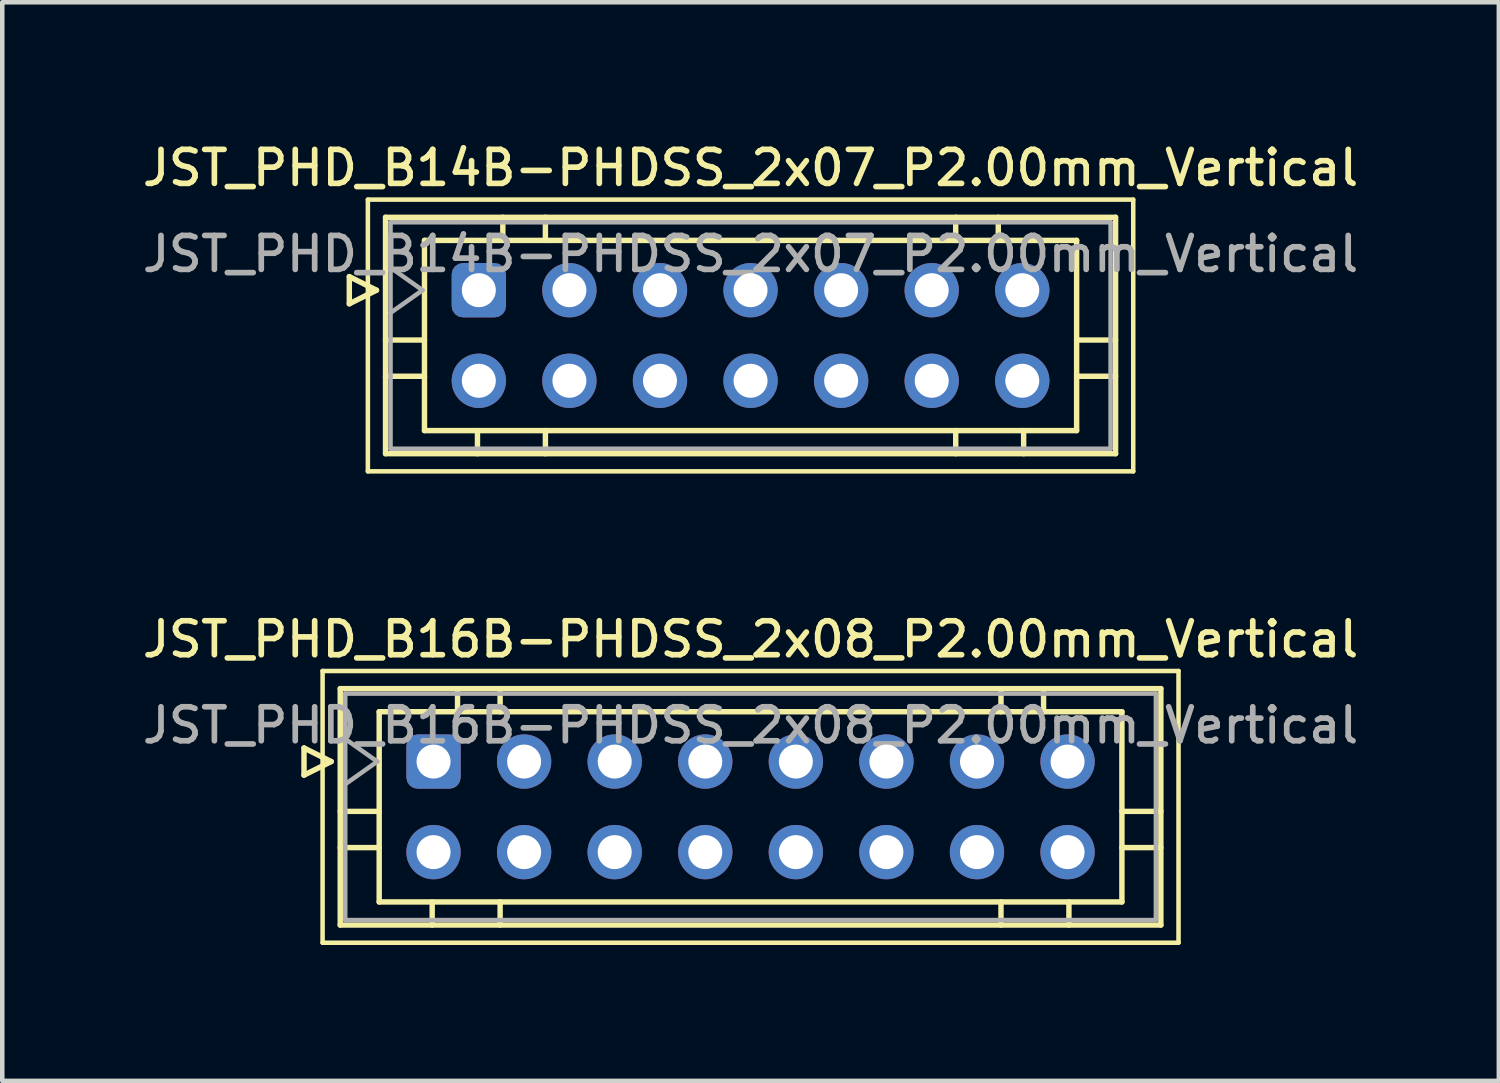
<source format=kicad_pcb>
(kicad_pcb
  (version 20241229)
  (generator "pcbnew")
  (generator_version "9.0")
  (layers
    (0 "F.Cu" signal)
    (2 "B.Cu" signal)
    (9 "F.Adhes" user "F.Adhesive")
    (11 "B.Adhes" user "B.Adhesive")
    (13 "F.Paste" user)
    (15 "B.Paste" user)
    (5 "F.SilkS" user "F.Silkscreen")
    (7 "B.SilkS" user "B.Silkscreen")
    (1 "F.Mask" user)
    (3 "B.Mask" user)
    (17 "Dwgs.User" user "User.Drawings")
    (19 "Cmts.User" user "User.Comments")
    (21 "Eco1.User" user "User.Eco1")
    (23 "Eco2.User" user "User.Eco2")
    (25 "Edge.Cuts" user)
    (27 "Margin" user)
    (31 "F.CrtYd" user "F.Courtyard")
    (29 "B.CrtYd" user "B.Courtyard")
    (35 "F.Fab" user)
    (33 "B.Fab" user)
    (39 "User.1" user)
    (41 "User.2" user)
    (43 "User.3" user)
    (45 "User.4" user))
  (footprint "JST_PHD_B16B-PHDSS_2x08_P2.00mm_Vertical"
    (layer "F.Cu")
    (at 6.523 13.766)
    (property "Reference" "JST_PHD_B16B-PHDSS_2x08_P2.00mm_Vertical" (at 7 -2.7 0) (layer "F.SilkS") (effects (font (size 0.75 0.75) (thickness 0.125))))
    (attr through_hole)
    (fp_line (start -2.86 -0.3) (end -2.26 0) (stroke (width 0.12) (type solid)) (layer "F.SilkS"))
    (fp_line (start -2.86 0.3) (end -2.86 -0.3) (stroke (width 0.12) (type solid)) (layer "F.SilkS"))
    (fp_line (start -2.45 -2) (end -2.45 4) (stroke (width 0.1) (type solid)) (layer "F.SilkS"))
    (fp_line (start -2.45 4) (end 16.45 4) (stroke (width 0.1) (type solid)) (layer "F.SilkS"))
    (fp_line (start -2.26 0) (end -2.86 0.3) (stroke (width 0.12) (type solid)) (layer "F.SilkS"))
    (fp_line (start -2.06 -1.61) (end -2.06 3.61) (stroke (width 0.12) (type solid)) (layer "F.SilkS"))
    (fp_line (start -2.06 1.1) (end -1.2 1.1) (stroke (width 0.12) (type solid)) (layer "F.SilkS"))
    (fp_line (start -2.06 1.9) (end -1.2 1.9) (stroke (width 0.12) (type solid)) (layer "F.SilkS"))
    (fp_line (start -2.06 3.61) (end 16.06 3.61) (stroke (width 0.12) (type solid)) (layer "F.SilkS"))
    (fp_line (start -1.2 -1.1) (end -1.2 3.1) (stroke (width 0.12) (type solid)) (layer "F.SilkS"))
    (fp_line (start -1.2 3.1) (end 15.2 3.1) (stroke (width 0.12) (type solid)) (layer "F.SilkS"))
    (fp_line (start -0.03 3.61) (end -0.03 3.1) (stroke (width 0.12) (type solid)) (layer "F.SilkS"))
    (fp_line (start 0.53 -1.61) (end 0.53 -1.1) (stroke (width 0.12) (type solid)) (layer "F.SilkS"))
    (fp_line (start 1.47 -1.61) (end 1.47 -1.1) (stroke (width 0.12) (type solid)) (layer "F.SilkS"))
    (fp_line (start 1.47 3.61) (end 1.47 3.1) (stroke (width 0.12) (type solid)) (layer "F.SilkS"))
    (fp_line (start 12.53 -1.61) (end 12.53 -1.1) (stroke (width 0.12) (type solid)) (layer "F.SilkS"))
    (fp_line (start 12.53 3.61) (end 12.53 3.1) (stroke (width 0.12) (type solid)) (layer "F.SilkS"))
    (fp_line (start 13.47 -1.61) (end 13.47 -1.1) (stroke (width 0.12) (type solid)) (layer "F.SilkS"))
    (fp_line (start 14.03 3.61) (end 14.03 3.1) (stroke (width 0.12) (type solid)) (layer "F.SilkS"))
    (fp_line (start 15.2 -1.1) (end -1.2 -1.1) (stroke (width 0.12) (type solid)) (layer "F.SilkS"))
    (fp_line (start 15.2 3.1) (end 15.2 -1.1) (stroke (width 0.12) (type solid)) (layer "F.SilkS"))
    (fp_line (start 16.06 -1.61) (end -2.06 -1.61) (stroke (width 0.12) (type solid)) (layer "F.SilkS"))
    (fp_line (start 16.06 1.1) (end 15.2 1.1) (stroke (width 0.12) (type solid)) (layer "F.SilkS"))
    (fp_line (start 16.06 1.9) (end 15.2 1.9) (stroke (width 0.12) (type solid)) (layer "F.SilkS"))
    (fp_line (start 16.06 3.61) (end 16.06 -1.61) (stroke (width 0.12) (type solid)) (layer "F.SilkS"))
    (fp_line (start 16.45 -2) (end -2.45 -2) (stroke (width 0.1) (type solid)) (layer "F.SilkS"))
    (fp_line (start 16.45 4) (end 16.45 -2) (stroke (width 0.1) (type solid)) (layer "F.SilkS"))
    (fp_line (start -1.95 -1.5) (end -1.95 3.5) (stroke (width 0.1) (type solid)) (layer "F.Fab"))
    (fp_line (start -1.95 0.5) (end -1.243 0) (stroke (width 0.1) (type solid)) (layer "F.Fab"))
    (fp_line (start -1.95 3.5) (end 15.95 3.5) (stroke (width 0.1) (type solid)) (layer "F.Fab"))
    (fp_line (start -1.243 0) (end -1.95 -0.5) (stroke (width 0.1) (type solid)) (layer "F.Fab"))
    (fp_line (start 15.95 -1.5) (end -1.95 -1.5) (stroke (width 0.1) (type solid)) (layer "F.Fab"))
    (fp_line (start 15.95 3.5) (end 15.95 -1.5) (stroke (width 0.1) (type solid)) (layer "F.Fab"))
    (fp_text user "${REFERENCE}" (at 7 -0.8 0) (layer "F.Fab") (effects (font (size 0.75 0.75) (thickness 0.125))))
    (pad "1" thru_hole roundrect (at 0 0) (size 1.2 1.2) (drill 0.75) (layers "*.Cu" "*.Mask") (roundrect_rratio 0.208))
    (pad "2" thru_hole circle (at 0 2) (size 1.2 1.2) (drill 0.75) (layers "*.Cu" "*.Mask"))
    (pad "3" thru_hole circle (at 2 0) (size 1.2 1.2) (drill 0.75) (layers "*.Cu" "*.Mask"))
    (pad "4" thru_hole circle (at 2 2) (size 1.2 1.2) (drill 0.75) (layers "*.Cu" "*.Mask"))
    (pad "5" thru_hole circle (at 4 0) (size 1.2 1.2) (drill 0.75) (layers "*.Cu" "*.Mask"))
    (pad "6" thru_hole circle (at 4 2) (size 1.2 1.2) (drill 0.75) (layers "*.Cu" "*.Mask"))
    (pad "7" thru_hole circle (at 6 0) (size 1.2 1.2) (drill 0.75) (layers "*.Cu" "*.Mask"))
    (pad "8" thru_hole circle (at 6 2) (size 1.2 1.2) (drill 0.75) (layers "*.Cu" "*.Mask"))
    (pad "9" thru_hole circle (at 8 0) (size 1.2 1.2) (drill 0.75) (layers "*.Cu" "*.Mask"))
    (pad "10" thru_hole circle (at 8 2) (size 1.2 1.2) (drill 0.75) (layers "*.Cu" "*.Mask"))
    (pad "11" thru_hole circle (at 10 0) (size 1.2 1.2) (drill 0.75) (layers "*.Cu" "*.Mask"))
    (pad "12" thru_hole circle (at 10 2) (size 1.2 1.2) (drill 0.75) (layers "*.Cu" "*.Mask"))
    (pad "13" thru_hole circle (at 12 0) (size 1.2 1.2) (drill 0.75) (layers "*.Cu" "*.Mask"))
    (pad "14" thru_hole circle (at 12 2) (size 1.2 1.2) (drill 0.75) (layers "*.Cu" "*.Mask"))
    (pad "15" thru_hole circle (at 14 0) (size 1.2 1.2) (drill 0.75) (layers "*.Cu" "*.Mask"))
    (pad "16" thru_hole circle (at 14 2) (size 1.2 1.2) (drill 0.75) (layers "*.Cu" "*.Mask")))
  (footprint "JST_PHD_B14B-PHDSS_2x07_P2.00mm_Vertical"
    (layer "F.Cu")
    (at 7.523 3.358)
    (property "Reference" "JST_PHD_B14B-PHDSS_2x07_P2.00mm_Vertical" (at 6 -2.7 0) (layer "F.SilkS") (effects (font (size 0.75 0.75) (thickness 0.125))))
    (attr through_hole)
    (fp_line (start -2.86 -0.3) (end -2.26 0) (stroke (width 0.12) (type solid)) (layer "F.SilkS"))
    (fp_line (start -2.86 0.3) (end -2.86 -0.3) (stroke (width 0.12) (type solid)) (layer "F.SilkS"))
    (fp_line (start -2.45 -2) (end -2.45 4) (stroke (width 0.1) (type solid)) (layer "F.SilkS"))
    (fp_line (start -2.45 4) (end 14.45 4) (stroke (width 0.1) (type solid)) (layer "F.SilkS"))
    (fp_line (start -2.26 0) (end -2.86 0.3) (stroke (width 0.12) (type solid)) (layer "F.SilkS"))
    (fp_line (start -2.06 -1.61) (end -2.06 3.61) (stroke (width 0.12) (type solid)) (layer "F.SilkS"))
    (fp_line (start -2.06 1.1) (end -1.2 1.1) (stroke (width 0.12) (type solid)) (layer "F.SilkS"))
    (fp_line (start -2.06 1.9) (end -1.2 1.9) (stroke (width 0.12) (type solid)) (layer "F.SilkS"))
    (fp_line (start -2.06 3.61) (end 14.06 3.61) (stroke (width 0.12) (type solid)) (layer "F.SilkS"))
    (fp_line (start -1.2 -1.1) (end -1.2 3.1) (stroke (width 0.12) (type solid)) (layer "F.SilkS"))
    (fp_line (start -1.2 3.1) (end 13.2 3.1) (stroke (width 0.12) (type solid)) (layer "F.SilkS"))
    (fp_line (start -0.03 3.61) (end -0.03 3.1) (stroke (width 0.12) (type solid)) (layer "F.SilkS"))
    (fp_line (start 0.53 -1.61) (end 0.53 -1.1) (stroke (width 0.12) (type solid)) (layer "F.SilkS"))
    (fp_line (start 1.47 -1.61) (end 1.47 -1.1) (stroke (width 0.12) (type solid)) (layer "F.SilkS"))
    (fp_line (start 1.47 3.61) (end 1.47 3.1) (stroke (width 0.12) (type solid)) (layer "F.SilkS"))
    (fp_line (start 10.53 -1.61) (end 10.53 -1.1) (stroke (width 0.12) (type solid)) (layer "F.SilkS"))
    (fp_line (start 10.53 3.61) (end 10.53 3.1) (stroke (width 0.12) (type solid)) (layer "F.SilkS"))
    (fp_line (start 11.47 -1.61) (end 11.47 -1.1) (stroke (width 0.12) (type solid)) (layer "F.SilkS"))
    (fp_line (start 12.03 3.61) (end 12.03 3.1) (stroke (width 0.12) (type solid)) (layer "F.SilkS"))
    (fp_line (start 13.2 -1.1) (end -1.2 -1.1) (stroke (width 0.12) (type solid)) (layer "F.SilkS"))
    (fp_line (start 13.2 3.1) (end 13.2 -1.1) (stroke (width 0.12) (type solid)) (layer "F.SilkS"))
    (fp_line (start 14.06 -1.61) (end -2.06 -1.61) (stroke (width 0.12) (type solid)) (layer "F.SilkS"))
    (fp_line (start 14.06 1.1) (end 13.2 1.1) (stroke (width 0.12) (type solid)) (layer "F.SilkS"))
    (fp_line (start 14.06 1.9) (end 13.2 1.9) (stroke (width 0.12) (type solid)) (layer "F.SilkS"))
    (fp_line (start 14.06 3.61) (end 14.06 -1.61) (stroke (width 0.12) (type solid)) (layer "F.SilkS"))
    (fp_line (start 14.45 -2) (end -2.45 -2) (stroke (width 0.1) (type solid)) (layer "F.SilkS"))
    (fp_line (start 14.45 4) (end 14.45 -2) (stroke (width 0.1) (type solid)) (layer "F.SilkS"))
    (fp_line (start -1.95 -1.5) (end -1.95 3.5) (stroke (width 0.1) (type solid)) (layer "F.Fab"))
    (fp_line (start -1.95 0.5) (end -1.243 0) (stroke (width 0.1) (type solid)) (layer "F.Fab"))
    (fp_line (start -1.95 3.5) (end 13.95 3.5) (stroke (width 0.1) (type solid)) (layer "F.Fab"))
    (fp_line (start -1.243 0) (end -1.95 -0.5) (stroke (width 0.1) (type solid)) (layer "F.Fab"))
    (fp_line (start 13.95 -1.5) (end -1.95 -1.5) (stroke (width 0.1) (type solid)) (layer "F.Fab"))
    (fp_line (start 13.95 3.5) (end 13.95 -1.5) (stroke (width 0.1) (type solid)) (layer "F.Fab"))
    (fp_text user "${REFERENCE}" (at 6 -0.8 0) (layer "F.Fab") (effects (font (size 0.75 0.75) (thickness 0.125))))
    (pad "1" thru_hole roundrect (at 0 0) (size 1.2 1.2) (drill 0.75) (layers "*.Cu" "*.Mask") (roundrect_rratio 0.208))
    (pad "2" thru_hole circle (at 0 2) (size 1.2 1.2) (drill 0.75) (layers "*.Cu" "*.Mask"))
    (pad "3" thru_hole circle (at 2 0) (size 1.2 1.2) (drill 0.75) (layers "*.Cu" "*.Mask"))
    (pad "4" thru_hole circle (at 2 2) (size 1.2 1.2) (drill 0.75) (layers "*.Cu" "*.Mask"))
    (pad "5" thru_hole circle (at 4 0) (size 1.2 1.2) (drill 0.75) (layers "*.Cu" "*.Mask"))
    (pad "6" thru_hole circle (at 4 2) (size 1.2 1.2) (drill 0.75) (layers "*.Cu" "*.Mask"))
    (pad "7" thru_hole circle (at 6 0) (size 1.2 1.2) (drill 0.75) (layers "*.Cu" "*.Mask"))
    (pad "8" thru_hole circle (at 6 2) (size 1.2 1.2) (drill 0.75) (layers "*.Cu" "*.Mask"))
    (pad "9" thru_hole circle (at 8 0) (size 1.2 1.2) (drill 0.75) (layers "*.Cu" "*.Mask"))
    (pad "10" thru_hole circle (at 8 2) (size 1.2 1.2) (drill 0.75) (layers "*.Cu" "*.Mask"))
    (pad "11" thru_hole circle (at 10 0) (size 1.2 1.2) (drill 0.75) (layers "*.Cu" "*.Mask"))
    (pad "12" thru_hole circle (at 10 2) (size 1.2 1.2) (drill 0.75) (layers "*.Cu" "*.Mask"))
    (pad "13" thru_hole circle (at 12 0) (size 1.2 1.2) (drill 0.75) (layers "*.Cu" "*.Mask"))
    (pad "14" thru_hole circle (at 12 2) (size 1.2 1.2) (drill 0.75) (layers "*.Cu" "*.Mask")))
  (gr_rect
    (start -3 -3)
    (end 30.046 20.816)
    (stroke (width 0.1) (type default))
    (fill no)
    (layer "Edge.Cuts")))
</source>
